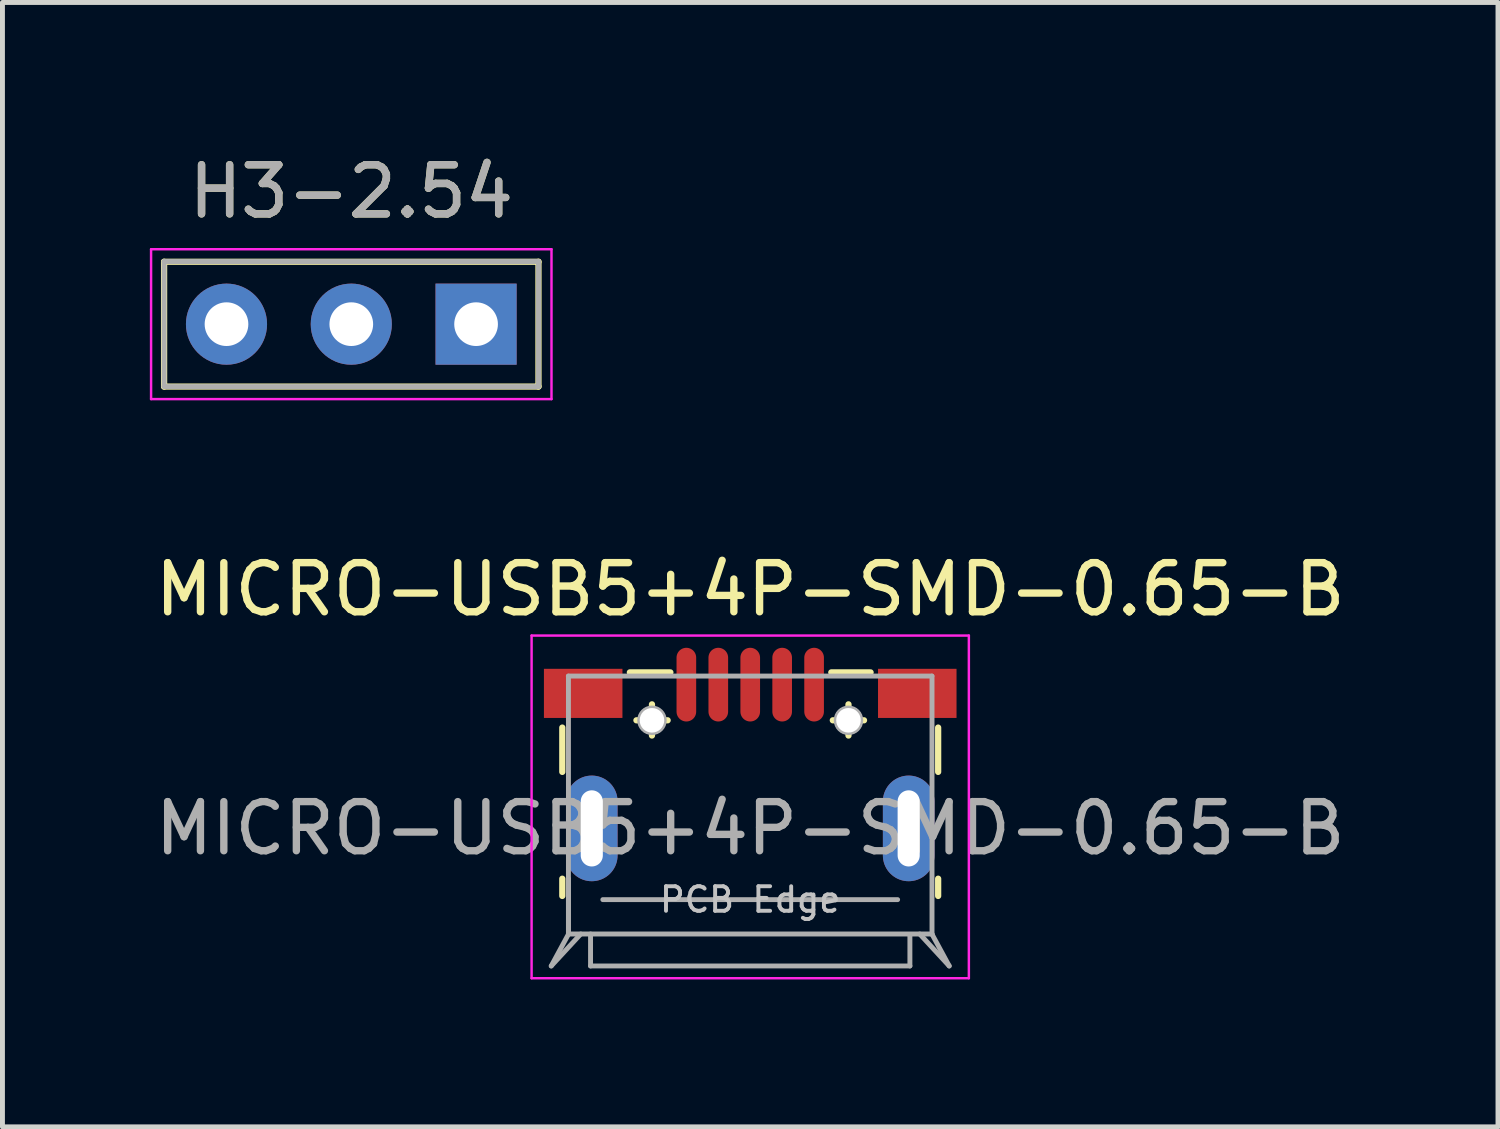
<source format=kicad_pcb>
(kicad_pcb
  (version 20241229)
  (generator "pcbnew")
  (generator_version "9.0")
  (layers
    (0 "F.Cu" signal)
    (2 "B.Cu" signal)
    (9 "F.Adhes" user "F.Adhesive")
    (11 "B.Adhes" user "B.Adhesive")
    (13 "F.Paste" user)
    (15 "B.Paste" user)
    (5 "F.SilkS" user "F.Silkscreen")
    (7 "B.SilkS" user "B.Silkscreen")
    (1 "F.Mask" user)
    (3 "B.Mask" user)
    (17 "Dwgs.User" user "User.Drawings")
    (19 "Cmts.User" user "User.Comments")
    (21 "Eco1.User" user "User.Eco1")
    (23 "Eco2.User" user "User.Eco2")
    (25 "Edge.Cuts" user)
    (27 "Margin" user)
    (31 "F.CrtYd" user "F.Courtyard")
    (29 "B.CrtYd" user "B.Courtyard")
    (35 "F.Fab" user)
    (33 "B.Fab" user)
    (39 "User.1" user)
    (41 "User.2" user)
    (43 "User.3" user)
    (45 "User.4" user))
  (footprint "H3-2.54"
    (layer "F.Cu")
    (at 4.1 3.548)
    (property "Reference" "H3-2.54" (at 0 -2.7 180) (layer "F.SilkS") (effects (font (size 1 1) (thickness 0.15))))
    (attr exclude_from_pos_files exclude_from_bom)
    (fp_line (start -3.81 -1.27) (end 3.81 -1.27) (stroke (width 0.127) (type solid)) (layer "F.SilkS"))
    (fp_line (start -3.81 1.27) (end -3.81 -1.27) (stroke (width 0.127) (type solid)) (layer "F.SilkS"))
    (fp_line (start 3.81 -1.27) (end 3.81 1.27) (stroke (width 0.127) (type solid)) (layer "F.SilkS"))
    (fp_line (start 3.81 1.27) (end -3.81 1.27) (stroke (width 0.127) (type solid)) (layer "F.SilkS"))
    (fp_line (start -4.075 -1.525) (end 4.075 -1.525) (stroke (width 0.05) (type solid)) (layer "F.CrtYd"))
    (fp_line (start -4.075 1.525) (end -4.075 -1.525) (stroke (width 0.05) (type solid)) (layer "F.CrtYd"))
    (fp_line (start 4.075 -1.525) (end 4.075 1.525) (stroke (width 0.05) (type solid)) (layer "F.CrtYd"))
    (fp_line (start 4.075 1.525) (end -4.075 1.525) (stroke (width 0.05) (type solid)) (layer "F.CrtYd"))
    (fp_line (start -3.81 -1.275) (end 3.81 -1.275) (stroke (width 0.1) (type solid)) (layer "F.Fab"))
    (fp_line (start -3.81 1.265) (end -3.81 -1.275) (stroke (width 0.1) (type solid)) (layer "F.Fab"))
    (fp_line (start 3.81 -1.27) (end 3.81 1.27) (stroke (width 0.1) (type solid)) (layer "F.Fab"))
    (fp_line (start 3.81 1.27) (end -3.81 1.27) (stroke (width 0.1) (type solid)) (layer "F.Fab"))
    (fp_text user "${REFERENCE}" (at 0 -2.7 0) (layer "F.Fab") (effects (font (size 1 1) (thickness 0.15))))
    (pad "1" thru_hole rect (at 2.54 0 90) (size 1.651 1.651) (drill 0.889) (layers "*.Cu" "*.Mask"))
    (pad "2" thru_hole circle (at 0 0 90) (size 1.651 1.651) (drill 0.889) (layers "*.Cu" "*.Mask"))
    (pad "3" thru_hole circle (at -2.54 0 90) (size 1.651 1.651) (drill 0.889) (layers "*.Cu" "*.Mask")))
  (footprint "MICRO-USB5+4P-SMD-0.65-B"
    (layer "F.Cu")
    (at 12.22 13.811)
    (property "Reference" "MICRO-USB5+4P-SMD-0.65-B" (at 0 -4.864 0) (layer "F.SilkS") (effects (font (size 1 1) (thickness 0.15))))
    (attr smd)
    (fp_line (start -3.825 -1.15) (end -3.825 -2.052) (stroke (width 0.127) (type solid)) (layer "F.SilkS"))
    (fp_line (start -3.825 1.375) (end -3.825 1.024) (stroke (width 0.127) (type solid)) (layer "F.SilkS"))
    (fp_line (start -2.45 -3.175) (end -1.625 -3.175) (stroke (width 0.127) (type solid)) (layer "F.SilkS"))
    (fp_line (start -2.316 -2.2) (end -1.681 -2.2) (stroke (width 0.127) (type solid)) (layer "F.SilkS"))
    (fp_line (start -2 -1.89) (end -2 -2.525) (stroke (width 0.127) (type solid)) (layer "F.SilkS"))
    (fp_line (start 1.65 -3.175) (end 2.45 -3.175) (stroke (width 0.127) (type solid)) (layer "F.SilkS"))
    (fp_line (start 1.681 -2.2) (end 2.316 -2.2) (stroke (width 0.127) (type solid)) (layer "F.SilkS"))
    (fp_line (start 2 -1.89) (end 2 -2.525) (stroke (width 0.127) (type solid)) (layer "F.SilkS"))
    (fp_line (start 3.825 -2.052) (end 3.825 -1.15) (stroke (width 0.127) (type solid)) (layer "F.SilkS"))
    (fp_line (start 3.825 1.024) (end 3.825 1.375) (stroke (width 0.127) (type solid)) (layer "F.SilkS"))
    (fp_circle (center -2 -2.2) (end -1.777 -2.2) (stroke (width 0.127) (type solid)) (fill no) (layer "F.SilkS"))
    (fp_circle (center 2 -2.2) (end 2.223 -2.2) (stroke (width 0.127) (type solid)) (fill no) (layer "F.SilkS"))
    (fp_line (start -4.45 -3.925) (end -4.45 3.05) (stroke (width 0.05) (type solid)) (layer "F.CrtYd"))
    (fp_line (start -4.45 3.05) (end 4.45 3.05) (stroke (width 0.05) (type solid)) (layer "F.CrtYd"))
    (fp_line (start 4.45 -3.925) (end -4.45 -3.925) (stroke (width 0.05) (type solid)) (layer "F.CrtYd"))
    (fp_line (start 4.45 3.05) (end 4.45 -3.925) (stroke (width 0.05) (type solid)) (layer "F.CrtYd"))
    (fp_line (start -3.702 -3.1) (end 3.698 -3.1) (stroke (width 0.1) (type solid)) (layer "F.Fab"))
    (fp_line (start -3.7 -3.1) (end -3.7 2.15) (stroke (width 0.1) (type solid)) (layer "F.Fab"))
    (fp_line (start -3.7 2.15) (end -3.7 1.024) (stroke (width 0.1) (type solid)) (layer "F.Fab"))
    (fp_line (start -3.7 2.15) (end 3.7 2.15) (stroke (width 0.1) (type solid)) (layer "F.Fab"))
    (fp_line (start -3.698 2.15) (end -4.05 2.8) (stroke (width 0.1) (type solid)) (layer "F.Fab"))
    (fp_line (start -3.45 2.15) (end -4.05 2.8) (stroke (width 0.1) (type solid)) (layer "F.Fab"))
    (fp_line (start -3.25 2.15) (end -3.25 2.8) (stroke (width 0.1) (type solid)) (layer "F.Fab"))
    (fp_line (start -3.25 2.8) (end 3.25 2.8) (stroke (width 0.1) (type solid)) (layer "F.Fab"))
    (fp_line (start 3 1.45) (end -3 1.45) (stroke (width 0.1) (type solid)) (layer "F.Fab"))
    (fp_line (start 3.25 2.175) (end 3.25 2.8) (stroke (width 0.1) (type solid)) (layer "F.Fab"))
    (fp_line (start 3.45 2.15) (end 4.05 2.8) (stroke (width 0.1) (type solid)) (layer "F.Fab"))
    (fp_line (start 3.698 2.15) (end 4.05 2.8) (stroke (width 0.1) (type solid)) (layer "F.Fab"))
    (fp_line (start 3.7 -3.1) (end 3.7 2.15) (stroke (width 0.1) (type solid)) (layer "F.Fab"))
    (fp_circle (center -2 -2.2) (end -1.75 -2.2) (stroke (width 0.1) (type solid)) (fill no) (layer "F.Fab"))
    (fp_circle (center 2 -2.2) (end 2.25 -2.2) (stroke (width 0.1) (type solid)) (fill no) (layer "F.Fab"))
    (fp_text user "PCB Edge" (at 0 1.45 0) (layer "Dwgs.User") (effects (font (size 0.5 0.5) (thickness 0.08))))
    (fp_text user "${REFERENCE}" (at 0 0 0) (layer "F.Fab") (effects (font (size 1 1) (thickness 0.15))))
    (pad "" np_thru_hole circle (at -2 -2.2) (size 0.5 0.5) (drill 0.5) (layers "*.Cu" "*.Mask"))
    (pad "" np_thru_hole circle (at 2 -2.2) (size 0.5 0.5) (drill 0.5) (layers "*.Cu" "*.Mask"))
    (pad "1" smd oval (at -1.3 -2.926 180) (size 0.4 1.5) (layers "F.Cu" "F.Mask" "F.Paste"))
    (pad "2" smd oval (at -0.65 -2.926 180) (size 0.4 1.5) (layers "F.Cu" "F.Mask" "F.Paste"))
    (pad "3" smd oval (at 0 -2.926 180) (size 0.4 1.5) (layers "F.Cu" "F.Mask" "F.Paste"))
    (pad "4" smd oval (at 0.65 -2.926 180) (size 0.4 1.5) (layers "F.Cu" "F.Mask" "F.Paste"))
    (pad "5" smd oval (at 1.3 -2.926 180) (size 0.4 1.5) (layers "F.Cu" "F.Mask" "F.Paste"))
    (pad "6" smd rect (at -3.4 -2.748 90) (size 1 1.598) (layers "F.Cu" "F.Mask" "F.Paste"))
    (pad "7" thru_hole oval (at -3.225 0 180) (size 1.05 2.15) (drill oval 0.45 1.55) (layers "*.Cu" "*.Mask"))
    (pad "8" thru_hole oval (at 3.225 0 180) (size 1.05 2.15) (drill oval 0.45 1.55) (layers "*.Cu" "*.Mask"))
    (pad "9" smd rect (at 3.4 -2.748 270) (size 1 1.598) (layers "F.Cu" "F.Mask" "F.Paste")))
  (gr_rect
    (start -3 -3)
    (end 27.44 19.886)
    (stroke (width 0.1) (type default))
    (fill no)
    (layer "Edge.Cuts")))
</source>
